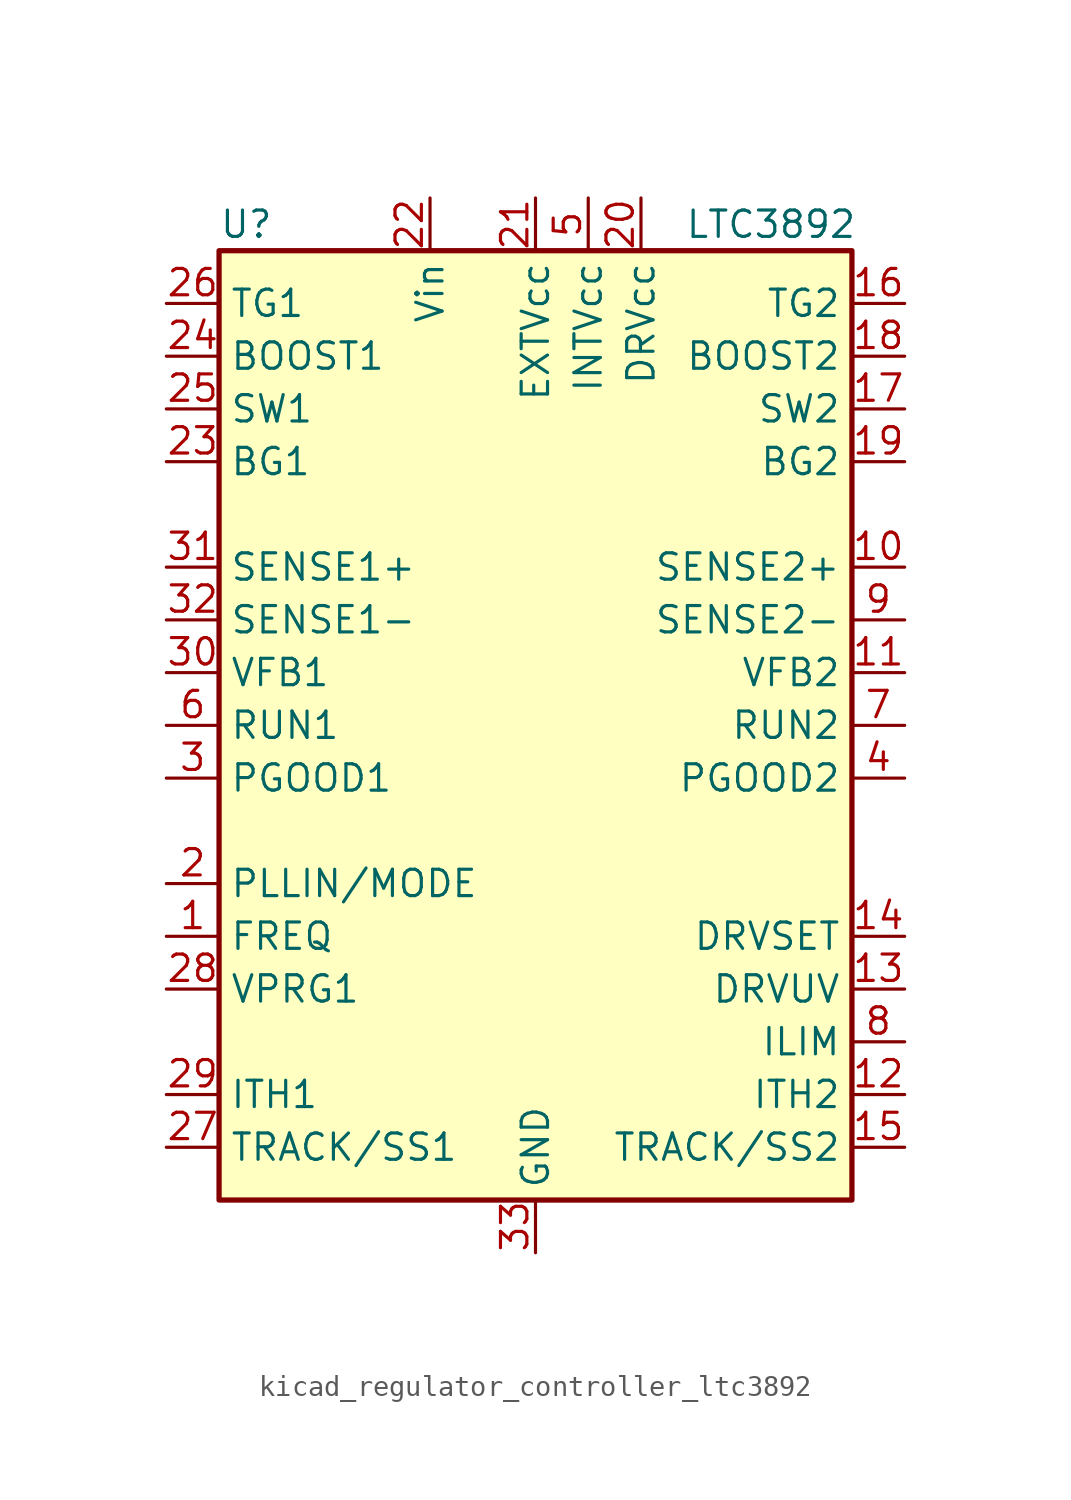
<source format=kicad_sym>
(kicad_symbol_lib
  (version 20220914)
  (generator kicad_symbol_editor)
  (symbol "kicad_regulator_controller_ltc3892"
    (property "Reference" "U"
      (at -15.24 24.13 0)
      (effects (font (size 1.27 1.27)) (justify left)))
    (property "Value" "LTC3892"
      (at 15.494 24.13 0)
      (effects (font (size 1.27 1.27)) (justify right)))
    (symbol "kicad_regulator_controller_ltc3892_0_1"
      (rectangle (start -15.24 22.86) (end 15.24 -22.86) (stroke (width 0.254) (type default)) (fill (type background))))
    (symbol "kicad_regulator_controller_ltc3892_1_1"
      (pin input line (at -17.78 -10.16 0) (length 2.54) (name "FREQ" (effects (font (size 1.27 1.27)))) (number "1" (effects (font (size 1.27 1.27)))))
      (pin input line (at 17.78 7.62 180) (length 2.54) (name "SENSE2+" (effects (font (size 1.27 1.27)))) (number "10" (effects (font (size 1.27 1.27)))))
      (pin input line (at 17.78 2.54 180) (length 2.54) (name "VFB2" (effects (font (size 1.27 1.27)))) (number "11" (effects (font (size 1.27 1.27)))))
      (pin passive line (at 17.78 -17.78 180) (length 2.54) (name "ITH2" (effects (font (size 1.27 1.27)))) (number "12" (effects (font (size 1.27 1.27)))))
      (pin input line (at 17.78 -12.7 180) (length 2.54) (name "DRVUV" (effects (font (size 1.27 1.27)))) (number "13" (effects (font (size 1.27 1.27)))))
      (pin input line (at 17.78 -10.16 180) (length 2.54) (name "DRVSET" (effects (font (size 1.27 1.27)))) (number "14" (effects (font (size 1.27 1.27)))))
      (pin input line (at 17.78 -20.32 180) (length 2.54) (name "TRACK/SS2" (effects (font (size 1.27 1.27)))) (number "15" (effects (font (size 1.27 1.27)))))
      (pin output line (at 17.78 20.32 180) (length 2.54) (name "TG2" (effects (font (size 1.27 1.27)))) (number "16" (effects (font (size 1.27 1.27)))))
      (pin output line (at 17.78 15.24 180) (length 2.54) (name "SW2" (effects (font (size 1.27 1.27)))) (number "17" (effects (font (size 1.27 1.27)))))
      (pin output line (at 17.78 17.78 180) (length 2.54) (name "BOOST2" (effects (font (size 1.27 1.27)))) (number "18" (effects (font (size 1.27 1.27)))))
      (pin output line (at 17.78 12.7 180) (length 2.54) (name "BG2" (effects (font (size 1.27 1.27)))) (number "19" (effects (font (size 1.27 1.27)))))
      (pin input line (at -17.78 -7.62 0) (length 2.54) (name "PLLIN/MODE" (effects (font (size 1.27 1.27)))) (number "2" (effects (font (size 1.27 1.27)))))
      (pin power_out line (at 5.08 25.4 270) (length 2.54) (name "DRVcc" (effects (font (size 1.27 1.27)))) (number "20" (effects (font (size 1.27 1.27)))))
      (pin power_in line (at 0 25.4 270) (length 2.54) (name "EXTVcc" (effects (font (size 1.27 1.27)))) (number "21" (effects (font (size 1.27 1.27)))))
      (pin power_in line (at -5.08 25.4 270) (length 2.54) (name "Vin" (effects (font (size 1.27 1.27)))) (number "22" (effects (font (size 1.27 1.27)))))
      (pin output line (at -17.78 12.7 0) (length 2.54) (name "BG1" (effects (font (size 1.27 1.27)))) (number "23" (effects (font (size 1.27 1.27)))))
      (pin output line (at -17.78 17.78 0) (length 2.54) (name "BOOST1" (effects (font (size 1.27 1.27)))) (number "24" (effects (font (size 1.27 1.27)))))
      (pin output line (at -17.78 15.24 0) (length 2.54) (name "SW1" (effects (font (size 1.27 1.27)))) (number "25" (effects (font (size 1.27 1.27)))))
      (pin output line (at -17.78 20.32 0) (length 2.54) (name "TG1" (effects (font (size 1.27 1.27)))) (number "26" (effects (font (size 1.27 1.27)))))
      (pin input line (at -17.78 -20.32 0) (length 2.54) (name "TRACK/SS1" (effects (font (size 1.27 1.27)))) (number "27" (effects (font (size 1.27 1.27)))))
      (pin passive line (at -17.78 -12.7 0) (length 2.54) (name "VPRG1" (effects (font (size 1.27 1.27)))) (number "28" (effects (font (size 1.27 1.27)))))
      (pin passive line (at -17.78 -17.78 0) (length 2.54) (name "ITH1" (effects (font (size 1.27 1.27)))) (number "29" (effects (font (size 1.27 1.27)))))
      (pin output line (at -17.78 -2.54 0) (length 2.54) (name "PGOOD1" (effects (font (size 1.27 1.27)))) (number "3" (effects (font (size 1.27 1.27)))))
      (pin input line (at -17.78 2.54 0) (length 2.54) (name "VFB1" (effects (font (size 1.27 1.27)))) (number "30" (effects (font (size 1.27 1.27)))))
      (pin input line (at -17.78 7.62 0) (length 2.54) (name "SENSE1+" (effects (font (size 1.27 1.27)))) (number "31" (effects (font (size 1.27 1.27)))))
      (pin input line (at -17.78 5.08 0) (length 2.54) (name "SENSE1-" (effects (font (size 1.27 1.27)))) (number "32" (effects (font (size 1.27 1.27)))))
      (pin power_in line (at 0 -25.4 90) (length 2.54) (name "GND" (effects (font (size 1.27 1.27)))) (number "33" (effects (font (size 1.27 1.27)))))
      (pin output line (at 17.78 -2.54 180) (length 2.54) (name "PGOOD2" (effects (font (size 1.27 1.27)))) (number "4" (effects (font (size 1.27 1.27)))))
      (pin power_out line (at 2.54 25.4 270) (length 2.54) (name "INTVcc" (effects (font (size 1.27 1.27)))) (number "5" (effects (font (size 1.27 1.27)))))
      (pin input line (at -17.78 0 0) (length 2.54) (name "RUN1" (effects (font (size 1.27 1.27)))) (number "6" (effects (font (size 1.27 1.27)))))
      (pin input line (at 17.78 0 180) (length 2.54) (name "RUN2" (effects (font (size 1.27 1.27)))) (number "7" (effects (font (size 1.27 1.27)))))
      (pin input line (at 17.78 -15.24 180) (length 2.54) (name "ILIM" (effects (font (size 1.27 1.27)))) (number "8" (effects (font (size 1.27 1.27)))))
      (pin input line (at 17.78 5.08 180) (length 2.54) (name "SENSE2-" (effects (font (size 1.27 1.27)))) (number "9" (effects (font (size 1.27 1.27))))))))
</source>
